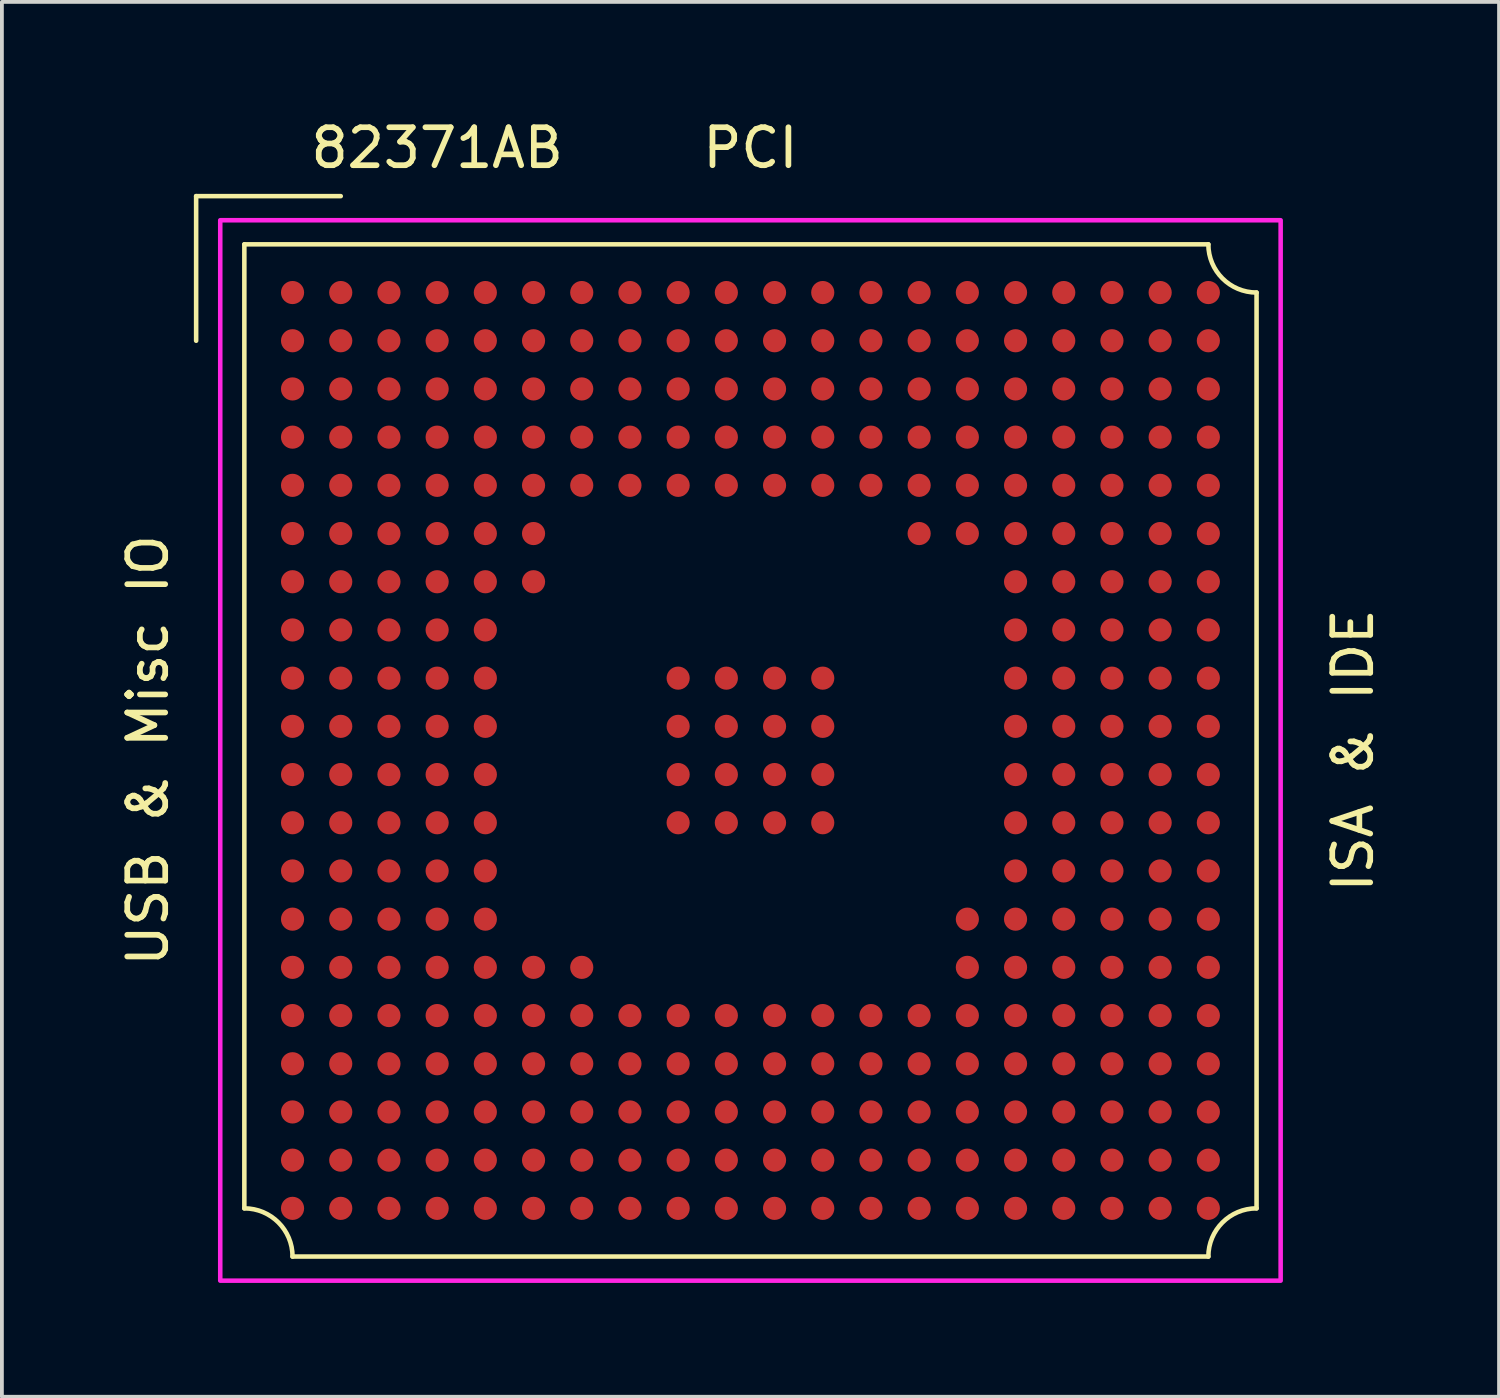
<source format=kicad_pcb>
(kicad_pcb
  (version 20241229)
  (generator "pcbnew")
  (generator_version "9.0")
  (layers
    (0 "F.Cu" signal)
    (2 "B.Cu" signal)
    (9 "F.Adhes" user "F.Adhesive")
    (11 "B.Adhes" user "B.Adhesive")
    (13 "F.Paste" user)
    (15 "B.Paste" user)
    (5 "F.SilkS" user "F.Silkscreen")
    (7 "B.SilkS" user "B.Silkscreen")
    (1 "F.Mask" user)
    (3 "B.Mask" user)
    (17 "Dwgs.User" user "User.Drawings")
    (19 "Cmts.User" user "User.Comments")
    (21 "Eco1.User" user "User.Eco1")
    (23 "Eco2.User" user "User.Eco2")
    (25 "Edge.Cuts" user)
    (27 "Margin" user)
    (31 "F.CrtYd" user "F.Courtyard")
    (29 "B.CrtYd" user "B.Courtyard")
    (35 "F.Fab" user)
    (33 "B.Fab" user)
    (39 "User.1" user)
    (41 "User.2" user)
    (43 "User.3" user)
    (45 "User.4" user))
  (footprint "82371AB"
    (layer "F.Cu")
    (at 4.658 4.658)
    (property "Reference" "82371AB" (at 3.81 -3.81 0) (unlocked yes) (layer "F.SilkS") (effects (font (size 1 1) (thickness 0.15))))
    (attr smd)
    (fp_line (start -2.54 -2.54) (end -2.54 1.27) (stroke (width 0.12) (type solid)) (layer "F.SilkS"))
    (fp_line (start -2.54 -2.54) (end 1.27 -2.54) (stroke (width 0.12) (type solid)) (layer "F.SilkS"))
    (fp_line (start -1.27 -1.27) (end -1.27 24.13) (stroke (width 0.12) (type solid)) (layer "F.SilkS"))
    (fp_line (start 0 25.4) (end 24.13 25.4) (stroke (width 0.12) (type solid)) (layer "F.SilkS"))
    (fp_line (start 24.13 -1.27) (end -1.27 -1.27) (stroke (width 0.12) (type solid)) (layer "F.SilkS"))
    (fp_line (start 25.4 24.13) (end 25.4 0) (stroke (width 0.12) (type solid)) (layer "F.SilkS"))
    (fp_arc (start -1.27 24.13) (mid -0.371974 24.501974) (end 0 25.4) (stroke (width 0.12) (type solid)) (layer "F.SilkS"))
    (fp_arc (start 24.13 25.4) (mid 24.501974 24.501974) (end 25.4 24.13) (stroke (width 0.12) (type solid)) (layer "F.SilkS"))
    (fp_arc (start 25.4 0) (mid 24.501974 -0.371974) (end 24.13 -1.27) (stroke (width 0.12) (type solid)) (layer "F.SilkS"))
    (fp_rect (start -1.905 -1.905) (end 26.035 26.035) (stroke (width 0.12) (type solid)) (fill no) (layer "F.CrtYd"))
    (fp_text user "PCI" (at 12.065 -3.81 0) (unlocked yes) (layer "F.SilkS") (effects (font (size 1 1) (thickness 0.15))))
    (fp_text user "ISA & IDE" (at 27.94 12.065 90) (unlocked yes) (layer "F.SilkS") (effects (font (size 1 1) (thickness 0.15))))
    (fp_text user "USB & Misc IO" (at -3.81 12.065 90) (unlocked yes) (layer "F.SilkS") (effects (font (size 1 1) (thickness 0.15))))
    (pad "A1" smd circle (at 0 0) (size 0.61 0.61) (layers "F.Cu" "F.Mask" "F.Paste"))
    (pad "A2" smd circle (at 1.27 0) (size 0.61 0.61) (layers "F.Cu" "F.Mask" "F.Paste"))
    (pad "A3" smd circle (at 2.54 0) (size 0.61 0.61) (layers "F.Cu" "F.Mask" "F.Paste"))
    (pad "A4" smd circle (at 3.81 0) (size 0.61 0.61) (layers "F.Cu" "F.Mask" "F.Paste"))
    (pad "A5" smd circle (at 5.08 0) (size 0.61 0.61) (layers "F.Cu" "F.Mask" "F.Paste"))
    (pad "A6" smd circle (at 6.35 0) (size 0.61 0.61) (layers "F.Cu" "F.Mask" "F.Paste"))
    (pad "A7" smd circle (at 7.62 0) (size 0.61 0.61) (layers "F.Cu" "F.Mask" "F.Paste"))
    (pad "A8" smd circle (at 8.89 0) (size 0.61 0.61) (layers "F.Cu" "F.Mask" "F.Paste"))
    (pad "A9" smd circle (at 10.16 0) (size 0.61 0.61) (layers "F.Cu" "F.Mask" "F.Paste"))
    (pad "A10" smd circle (at 11.43 0) (size 0.61 0.61) (layers "F.Cu" "F.Mask" "F.Paste"))
    (pad "A11" smd circle (at 12.7 0) (size 0.61 0.61) (layers "F.Cu" "F.Mask" "F.Paste"))
    (pad "A12" smd circle (at 13.97 0) (size 0.61 0.61) (layers "F.Cu" "F.Mask" "F.Paste"))
    (pad "A13" smd circle (at 15.24 0) (size 0.61 0.61) (layers "F.Cu" "F.Mask" "F.Paste"))
    (pad "A14" smd circle (at 16.51 0) (size 0.61 0.61) (layers "F.Cu" "F.Mask" "F.Paste"))
    (pad "A15" smd circle (at 17.78 0) (size 0.61 0.61) (layers "F.Cu" "F.Mask" "F.Paste"))
    (pad "A16" smd circle (at 19.05 0) (size 0.61 0.61) (layers "F.Cu" "F.Mask" "F.Paste"))
    (pad "A17" smd circle (at 20.32 0) (size 0.61 0.61) (layers "F.Cu" "F.Mask" "F.Paste"))
    (pad "A18" smd circle (at 21.59 0) (size 0.61 0.61) (layers "F.Cu" "F.Mask" "F.Paste"))
    (pad "A19" smd circle (at 22.86 0) (size 0.61 0.61) (layers "F.Cu" "F.Mask" "F.Paste"))
    (pad "A20" smd circle (at 24.13 0) (size 0.61 0.61) (layers "F.Cu" "F.Mask" "F.Paste"))
    (pad "B1" smd circle (at 0 1.27) (size 0.61 0.61) (layers "F.Cu" "F.Mask" "F.Paste"))
    (pad "B2" smd circle (at 1.27 1.27) (size 0.61 0.61) (layers "F.Cu" "F.Mask" "F.Paste"))
    (pad "B3" smd circle (at 2.54 1.27) (size 0.61 0.61) (layers "F.Cu" "F.Mask" "F.Paste"))
    (pad "B4" smd circle (at 3.81 1.27) (size 0.61 0.61) (layers "F.Cu" "F.Mask" "F.Paste"))
    (pad "B5" smd circle (at 5.08 1.27) (size 0.61 0.61) (layers "F.Cu" "F.Mask" "F.Paste"))
    (pad "B6" smd circle (at 6.35 1.27) (size 0.61 0.61) (layers "F.Cu" "F.Mask" "F.Paste"))
    (pad "B7" smd circle (at 7.62 1.27) (size 0.61 0.61) (layers "F.Cu" "F.Mask" "F.Paste"))
    (pad "B8" smd circle (at 8.89 1.27) (size 0.61 0.61) (layers "F.Cu" "F.Mask" "F.Paste"))
    (pad "B9" smd circle (at 10.16 1.27) (size 0.61 0.61) (layers "F.Cu" "F.Mask" "F.Paste"))
    (pad "B10" smd circle (at 11.43 1.27) (size 0.61 0.61) (layers "F.Cu" "F.Mask" "F.Paste"))
    (pad "B11" smd circle (at 12.7 1.27) (size 0.61 0.61) (layers "F.Cu" "F.Mask" "F.Paste"))
    (pad "B12" smd circle (at 13.97 1.27) (size 0.61 0.61) (layers "F.Cu" "F.Mask" "F.Paste"))
    (pad "B13" smd circle (at 15.24 1.27) (size 0.61 0.61) (layers "F.Cu" "F.Mask" "F.Paste"))
    (pad "B14" smd circle (at 16.51 1.27) (size 0.61 0.61) (layers "F.Cu" "F.Mask" "F.Paste"))
    (pad "B15" smd circle (at 17.78 1.27) (size 0.61 0.61) (layers "F.Cu" "F.Mask" "F.Paste"))
    (pad "B16" smd circle (at 19.05 1.27) (size 0.61 0.61) (layers "F.Cu" "F.Mask" "F.Paste"))
    (pad "B17" smd circle (at 20.32 1.27) (size 0.61 0.61) (layers "F.Cu" "F.Mask" "F.Paste"))
    (pad "B18" smd circle (at 21.59 1.27) (size 0.61 0.61) (layers "F.Cu" "F.Mask" "F.Paste"))
    (pad "B19" smd circle (at 22.86 1.27) (size 0.61 0.61) (layers "F.Cu" "F.Mask" "F.Paste"))
    (pad "B20" smd circle (at 24.13 1.27) (size 0.61 0.61) (layers "F.Cu" "F.Mask" "F.Paste"))
    (pad "C1" smd circle (at 0 2.54) (size 0.61 0.61) (layers "F.Cu" "F.Mask" "F.Paste"))
    (pad "C2" smd circle (at 1.27 2.54) (size 0.61 0.61) (layers "F.Cu" "F.Mask" "F.Paste"))
    (pad "C3" smd circle (at 2.54 2.54) (size 0.61 0.61) (layers "F.Cu" "F.Mask" "F.Paste"))
    (pad "C4" smd circle (at 3.81 2.54) (size 0.61 0.61) (layers "F.Cu" "F.Mask" "F.Paste"))
    (pad "C5" smd circle (at 5.08 2.54) (size 0.61 0.61) (layers "F.Cu" "F.Mask" "F.Paste"))
    (pad "C6" smd circle (at 6.35 2.54) (size 0.61 0.61) (layers "F.Cu" "F.Mask" "F.Paste"))
    (pad "C7" smd circle (at 7.62 2.54) (size 0.61 0.61) (layers "F.Cu" "F.Mask" "F.Paste"))
    (pad "C8" smd circle (at 8.89 2.54) (size 0.61 0.61) (layers "F.Cu" "F.Mask" "F.Paste"))
    (pad "C9" smd circle (at 10.16 2.54) (size 0.61 0.61) (layers "F.Cu" "F.Mask" "F.Paste"))
    (pad "C10" smd circle (at 11.43 2.54) (size 0.61 0.61) (layers "F.Cu" "F.Mask" "F.Paste"))
    (pad "C11" smd circle (at 12.7 2.54) (size 0.61 0.61) (layers "F.Cu" "F.Mask" "F.Paste"))
    (pad "C12" smd circle (at 13.97 2.54) (size 0.61 0.61) (layers "F.Cu" "F.Mask" "F.Paste"))
    (pad "C13" smd circle (at 15.24 2.54) (size 0.61 0.61) (layers "F.Cu" "F.Mask" "F.Paste"))
    (pad "C14" smd circle (at 16.51 2.54) (size 0.61 0.61) (layers "F.Cu" "F.Mask" "F.Paste"))
    (pad "C15" smd circle (at 17.78 2.54) (size 0.61 0.61) (layers "F.Cu" "F.Mask" "F.Paste"))
    (pad "C16" smd circle (at 19.05 2.54) (size 0.61 0.61) (layers "F.Cu" "F.Mask" "F.Paste"))
    (pad "C17" smd circle (at 20.32 2.54) (size 0.61 0.61) (layers "F.Cu" "F.Mask" "F.Paste"))
    (pad "C18" smd circle (at 21.59 2.54) (size 0.61 0.61) (layers "F.Cu" "F.Mask" "F.Paste"))
    (pad "C19" smd circle (at 22.86 2.54) (size 0.61 0.61) (layers "F.Cu" "F.Mask" "F.Paste"))
    (pad "C20" smd circle (at 24.13 2.54) (size 0.61 0.61) (layers "F.Cu" "F.Mask" "F.Paste"))
    (pad "D1" smd circle (at 0 3.81) (size 0.61 0.61) (layers "F.Cu" "F.Mask" "F.Paste"))
    (pad "D2" smd circle (at 1.27 3.81) (size 0.61 0.61) (layers "F.Cu" "F.Mask" "F.Paste"))
    (pad "D3" smd circle (at 2.54 3.81) (size 0.61 0.61) (layers "F.Cu" "F.Mask" "F.Paste"))
    (pad "D4" smd circle (at 3.81 3.81) (size 0.61 0.61) (layers "F.Cu" "F.Mask" "F.Paste"))
    (pad "D5" smd circle (at 5.08 3.81) (size 0.61 0.61) (layers "F.Cu" "F.Mask" "F.Paste"))
    (pad "D6" smd circle (at 6.35 3.81) (size 0.61 0.61) (layers "F.Cu" "F.Mask" "F.Paste"))
    (pad "D7" smd circle (at 7.62 3.81) (size 0.61 0.61) (layers "F.Cu" "F.Mask" "F.Paste"))
    (pad "D8" smd circle (at 8.89 3.81) (size 0.61 0.61) (layers "F.Cu" "F.Mask" "F.Paste"))
    (pad "D9" smd circle (at 10.16 3.81) (size 0.61 0.61) (layers "F.Cu" "F.Mask" "F.Paste"))
    (pad "D10" smd circle (at 11.43 3.81) (size 0.61 0.61) (layers "F.Cu" "F.Mask" "F.Paste"))
    (pad "D11" smd circle (at 12.7 3.81) (size 0.61 0.61) (layers "F.Cu" "F.Mask" "F.Paste"))
    (pad "D12" smd circle (at 13.97 3.81) (size 0.61 0.61) (layers "F.Cu" "F.Mask" "F.Paste"))
    (pad "D13" smd circle (at 15.24 3.81) (size 0.61 0.61) (layers "F.Cu" "F.Mask" "F.Paste"))
    (pad "D14" smd circle (at 16.51 3.81) (size 0.61 0.61) (layers "F.Cu" "F.Mask" "F.Paste"))
    (pad "D15" smd circle (at 17.78 3.81) (size 0.61 0.61) (layers "F.Cu" "F.Mask" "F.Paste"))
    (pad "D16" smd circle (at 19.05 3.81) (size 0.61 0.61) (layers "F.Cu" "F.Mask" "F.Paste"))
    (pad "D17" smd circle (at 20.32 3.81) (size 0.61 0.61) (layers "F.Cu" "F.Mask" "F.Paste"))
    (pad "D18" smd circle (at 21.59 3.81) (size 0.61 0.61) (layers "F.Cu" "F.Mask" "F.Paste"))
    (pad "D19" smd circle (at 22.86 3.81) (size 0.61 0.61) (layers "F.Cu" "F.Mask" "F.Paste"))
    (pad "D20" smd circle (at 24.13 3.81) (size 0.61 0.61) (layers "F.Cu" "F.Mask" "F.Paste"))
    (pad "E1" smd circle (at 0 5.08) (size 0.61 0.61) (layers "F.Cu" "F.Mask" "F.Paste"))
    (pad "E2" smd circle (at 1.27 5.08) (size 0.61 0.61) (layers "F.Cu" "F.Mask" "F.Paste"))
    (pad "E3" smd circle (at 2.54 5.08) (size 0.61 0.61) (layers "F.Cu" "F.Mask" "F.Paste"))
    (pad "E4" smd circle (at 3.81 5.08) (size 0.61 0.61) (layers "F.Cu" "F.Mask" "F.Paste"))
    (pad "E5" smd circle (at 5.08 5.08) (size 0.61 0.61) (layers "F.Cu" "F.Mask" "F.Paste"))
    (pad "E6" smd circle (at 6.35 5.08) (size 0.61 0.61) (layers "F.Cu" "F.Mask" "F.Paste"))
    (pad "E7" smd circle (at 7.62 5.08) (size 0.61 0.61) (layers "F.Cu" "F.Mask" "F.Paste"))
    (pad "E8" smd circle (at 8.89 5.08) (size 0.61 0.61) (layers "F.Cu" "F.Mask" "F.Paste"))
    (pad "E9" smd circle (at 10.16 5.08) (size 0.61 0.61) (layers "F.Cu" "F.Mask" "F.Paste"))
    (pad "E10" smd circle (at 11.43 5.08) (size 0.61 0.61) (layers "F.Cu" "F.Mask" "F.Paste"))
    (pad "E11" smd circle (at 12.7 5.08) (size 0.61 0.61) (layers "F.Cu" "F.Mask" "F.Paste"))
    (pad "E12" smd circle (at 13.97 5.08) (size 0.61 0.61) (layers "F.Cu" "F.Mask" "F.Paste"))
    (pad "E13" smd circle (at 15.24 5.08) (size 0.61 0.61) (layers "F.Cu" "F.Mask" "F.Paste"))
    (pad "E14" smd circle (at 16.51 5.08) (size 0.61 0.61) (layers "F.Cu" "F.Mask" "F.Paste"))
    (pad "E15" smd circle (at 17.78 5.08) (size 0.61 0.61) (layers "F.Cu" "F.Mask" "F.Paste"))
    (pad "E16" smd circle (at 19.05 5.08) (size 0.61 0.61) (layers "F.Cu" "F.Mask" "F.Paste"))
    (pad "E17" smd circle (at 20.32 5.08) (size 0.61 0.61) (layers "F.Cu" "F.Mask" "F.Paste"))
    (pad "E18" smd circle (at 21.59 5.08) (size 0.61 0.61) (layers "F.Cu" "F.Mask" "F.Paste"))
    (pad "E19" smd circle (at 22.86 5.08) (size 0.61 0.61) (layers "F.Cu" "F.Mask" "F.Paste"))
    (pad "E20" smd circle (at 24.13 5.08) (size 0.61 0.61) (layers "F.Cu" "F.Mask" "F.Paste"))
    (pad "F1" smd circle (at 0 6.35) (size 0.61 0.61) (layers "F.Cu" "F.Mask" "F.Paste"))
    (pad "F2" smd circle (at 1.27 6.35) (size 0.61 0.61) (layers "F.Cu" "F.Mask" "F.Paste"))
    (pad "F3" smd circle (at 2.54 6.35) (size 0.61 0.61) (layers "F.Cu" "F.Mask" "F.Paste"))
    (pad "F4" smd circle (at 3.81 6.35) (size 0.61 0.61) (layers "F.Cu" "F.Mask" "F.Paste"))
    (pad "F5" smd circle (at 5.08 6.35) (size 0.61 0.61) (layers "F.Cu" "F.Mask" "F.Paste"))
    (pad "F6" smd circle (at 6.35 6.35) (size 0.61 0.61) (layers "F.Cu" "F.Mask" "F.Paste"))
    (pad "F14" smd circle (at 16.51 6.35) (size 0.61 0.61) (layers "F.Cu" "F.Mask" "F.Paste"))
    (pad "F15" smd circle (at 17.78 6.35) (size 0.61 0.61) (layers "F.Cu" "F.Mask" "F.Paste"))
    (pad "F16" smd circle (at 19.05 6.35) (size 0.61 0.61) (layers "F.Cu" "F.Mask" "F.Paste"))
    (pad "F17" smd circle (at 20.32 6.35) (size 0.61 0.61) (layers "F.Cu" "F.Mask" "F.Paste"))
    (pad "F18" smd circle (at 21.59 6.35) (size 0.61 0.61) (layers "F.Cu" "F.Mask" "F.Paste"))
    (pad "F19" smd circle (at 22.86 6.35) (size 0.61 0.61) (layers "F.Cu" "F.Mask" "F.Paste"))
    (pad "F20" smd circle (at 24.13 6.35) (size 0.61 0.61) (layers "F.Cu" "F.Mask" "F.Paste"))
    (pad "G1" smd circle (at 0 7.62) (size 0.61 0.61) (layers "F.Cu" "F.Mask" "F.Paste"))
    (pad "G2" smd circle (at 1.27 7.62) (size 0.61 0.61) (layers "F.Cu" "F.Mask" "F.Paste"))
    (pad "G3" smd circle (at 2.54 7.62) (size 0.61 0.61) (layers "F.Cu" "F.Mask" "F.Paste"))
    (pad "G4" smd circle (at 3.81 7.62) (size 0.61 0.61) (layers "F.Cu" "F.Mask" "F.Paste"))
    (pad "G5" smd circle (at 5.08 7.62) (size 0.61 0.61) (layers "F.Cu" "F.Mask" "F.Paste"))
    (pad "G6" smd circle (at 6.35 7.62) (size 0.61 0.61) (layers "F.Cu" "F.Mask" "F.Paste"))
    (pad "G16" smd circle (at 19.05 7.62) (size 0.61 0.61) (layers "F.Cu" "F.Mask" "F.Paste"))
    (pad "G17" smd circle (at 20.32 7.62) (size 0.61 0.61) (layers "F.Cu" "F.Mask" "F.Paste"))
    (pad "G18" smd circle (at 21.59 7.62) (size 0.61 0.61) (layers "F.Cu" "F.Mask" "F.Paste"))
    (pad "G19" smd circle (at 22.86 7.62) (size 0.61 0.61) (layers "F.Cu" "F.Mask" "F.Paste"))
    (pad "G20" smd circle (at 24.13 7.62) (size 0.61 0.61) (layers "F.Cu" "F.Mask" "F.Paste"))
    (pad "H1" smd circle (at 0 8.89) (size 0.61 0.61) (layers "F.Cu" "F.Mask" "F.Paste"))
    (pad "H2" smd circle (at 1.27 8.89) (size 0.61 0.61) (layers "F.Cu" "F.Mask" "F.Paste"))
    (pad "H3" smd circle (at 2.54 8.89) (size 0.61 0.61) (layers "F.Cu" "F.Mask" "F.Paste"))
    (pad "H4" smd circle (at 3.81 8.89) (size 0.61 0.61) (layers "F.Cu" "F.Mask" "F.Paste"))
    (pad "H5" smd circle (at 5.08 8.89) (size 0.61 0.61) (layers "F.Cu" "F.Mask" "F.Paste"))
    (pad "H16" smd circle (at 19.05 8.89) (size 0.61 0.61) (layers "F.Cu" "F.Mask" "F.Paste"))
    (pad "H17" smd circle (at 20.32 8.89) (size 0.61 0.61) (layers "F.Cu" "F.Mask" "F.Paste"))
    (pad "H18" smd circle (at 21.59 8.89) (size 0.61 0.61) (layers "F.Cu" "F.Mask" "F.Paste"))
    (pad "H19" smd circle (at 22.86 8.89) (size 0.61 0.61) (layers "F.Cu" "F.Mask" "F.Paste"))
    (pad "H20" smd circle (at 24.13 8.89) (size 0.61 0.61) (layers "F.Cu" "F.Mask" "F.Paste"))
    (pad "J1" smd circle (at 0 10.16) (size 0.61 0.61) (layers "F.Cu" "F.Mask" "F.Paste"))
    (pad "J2" smd circle (at 1.27 10.16) (size 0.61 0.61) (layers "F.Cu" "F.Mask" "F.Paste"))
    (pad "J3" smd circle (at 2.54 10.16) (size 0.61 0.61) (layers "F.Cu" "F.Mask" "F.Paste"))
    (pad "J4" smd circle (at 3.81 10.16) (size 0.61 0.61) (layers "F.Cu" "F.Mask" "F.Paste"))
    (pad "J5" smd circle (at 5.08 10.16) (size 0.61 0.61) (layers "F.Cu" "F.Mask" "F.Paste"))
    (pad "J9" smd circle (at 10.16 10.16) (size 0.61 0.61) (layers "F.Cu" "F.Mask" "F.Paste"))
    (pad "J10" smd circle (at 11.43 10.16) (size 0.61 0.61) (layers "F.Cu" "F.Mask" "F.Paste"))
    (pad "J11" smd circle (at 12.7 10.16) (size 0.61 0.61) (layers "F.Cu" "F.Mask" "F.Paste"))
    (pad "J12" smd circle (at 13.97 10.16) (size 0.61 0.61) (layers "F.Cu" "F.Mask" "F.Paste"))
    (pad "J16" smd circle (at 19.05 10.16) (size 0.61 0.61) (layers "F.Cu" "F.Mask" "F.Paste"))
    (pad "J17" smd circle (at 20.32 10.16) (size 0.61 0.61) (layers "F.Cu" "F.Mask" "F.Paste"))
    (pad "J18" smd circle (at 21.59 10.16) (size 0.61 0.61) (layers "F.Cu" "F.Mask" "F.Paste"))
    (pad "J19" smd circle (at 22.86 10.16) (size 0.61 0.61) (layers "F.Cu" "F.Mask" "F.Paste"))
    (pad "J20" smd circle (at 24.13 10.16) (size 0.61 0.61) (layers "F.Cu" "F.Mask" "F.Paste"))
    (pad "K1" smd circle (at 0 11.43) (size 0.61 0.61) (layers "F.Cu" "F.Mask" "F.Paste"))
    (pad "K2" smd circle (at 1.27 11.43) (size 0.61 0.61) (layers "F.Cu" "F.Mask" "F.Paste"))
    (pad "K3" smd circle (at 2.54 11.43) (size 0.61 0.61) (layers "F.Cu" "F.Mask" "F.Paste"))
    (pad "K4" smd circle (at 3.81 11.43) (size 0.61 0.61) (layers "F.Cu" "F.Mask" "F.Paste"))
    (pad "K5" smd circle (at 5.08 11.43) (size 0.61 0.61) (layers "F.Cu" "F.Mask" "F.Paste"))
    (pad "K9" smd circle (at 10.16 11.43) (size 0.61 0.61) (layers "F.Cu" "F.Mask" "F.Paste"))
    (pad "K10" smd circle (at 11.43 11.43) (size 0.61 0.61) (layers "F.Cu" "F.Mask" "F.Paste"))
    (pad "K11" smd circle (at 12.7 11.43) (size 0.61 0.61) (layers "F.Cu" "F.Mask" "F.Paste"))
    (pad "K12" smd circle (at 13.97 11.43) (size 0.61 0.61) (layers "F.Cu" "F.Mask" "F.Paste"))
    (pad "K16" smd circle (at 19.05 11.43) (size 0.61 0.61) (layers "F.Cu" "F.Mask" "F.Paste"))
    (pad "K17" smd circle (at 20.32 11.43) (size 0.61 0.61) (layers "F.Cu" "F.Mask" "F.Paste"))
    (pad "K18" smd circle (at 21.59 11.43) (size 0.61 0.61) (layers "F.Cu" "F.Mask" "F.Paste"))
    (pad "K19" smd circle (at 22.86 11.43) (size 0.61 0.61) (layers "F.Cu" "F.Mask" "F.Paste"))
    (pad "K20" smd circle (at 24.13 11.43) (size 0.61 0.61) (layers "F.Cu" "F.Mask" "F.Paste"))
    (pad "L1" smd circle (at 0 12.7) (size 0.61 0.61) (layers "F.Cu" "F.Mask" "F.Paste"))
    (pad "L2" smd circle (at 1.27 12.7) (size 0.61 0.61) (layers "F.Cu" "F.Mask" "F.Paste"))
    (pad "L3" smd circle (at 2.54 12.7) (size 0.61 0.61) (layers "F.Cu" "F.Mask" "F.Paste"))
    (pad "L4" smd circle (at 3.81 12.7) (size 0.61 0.61) (layers "F.Cu" "F.Mask" "F.Paste"))
    (pad "L5" smd circle (at 5.08 12.7) (size 0.61 0.61) (layers "F.Cu" "F.Mask" "F.Paste"))
    (pad "L9" smd circle (at 10.16 12.7) (size 0.61 0.61) (layers "F.Cu" "F.Mask" "F.Paste"))
    (pad "L10" smd circle (at 11.43 12.7) (size 0.61 0.61) (layers "F.Cu" "F.Mask" "F.Paste"))
    (pad "L11" smd circle (at 12.7 12.7) (size 0.61 0.61) (layers "F.Cu" "F.Mask" "F.Paste"))
    (pad "L12" smd circle (at 13.97 12.7) (size 0.61 0.61) (layers "F.Cu" "F.Mask" "F.Paste"))
    (pad "L16" smd circle (at 19.05 12.7) (size 0.61 0.61) (layers "F.Cu" "F.Mask" "F.Paste"))
    (pad "L17" smd circle (at 20.32 12.7) (size 0.61 0.61) (layers "F.Cu" "F.Mask" "F.Paste"))
    (pad "L18" smd circle (at 21.59 12.7) (size 0.61 0.61) (layers "F.Cu" "F.Mask" "F.Paste"))
    (pad "L19" smd circle (at 22.86 12.7) (size 0.61 0.61) (layers "F.Cu" "F.Mask" "F.Paste"))
    (pad "L20" smd circle (at 24.13 12.7) (size 0.61 0.61) (layers "F.Cu" "F.Mask" "F.Paste"))
    (pad "M1" smd circle (at 0 13.97) (size 0.61 0.61) (layers "F.Cu" "F.Mask" "F.Paste"))
    (pad "M2" smd circle (at 1.27 13.97) (size 0.61 0.61) (layers "F.Cu" "F.Mask" "F.Paste"))
    (pad "M3" smd circle (at 2.54 13.97) (size 0.61 0.61) (layers "F.Cu" "F.Mask" "F.Paste"))
    (pad "M4" smd circle (at 3.81 13.97) (size 0.61 0.61) (layers "F.Cu" "F.Mask" "F.Paste"))
    (pad "M5" smd circle (at 5.08 13.97) (size 0.61 0.61) (layers "F.Cu" "F.Mask" "F.Paste"))
    (pad "M9" smd circle (at 10.16 13.97) (size 0.61 0.61) (layers "F.Cu" "F.Mask" "F.Paste"))
    (pad "M10" smd circle (at 11.43 13.97) (size 0.61 0.61) (layers "F.Cu" "F.Mask" "F.Paste"))
    (pad "M11" smd circle (at 12.7 13.97) (size 0.61 0.61) (layers "F.Cu" "F.Mask" "F.Paste"))
    (pad "M12" smd circle (at 13.97 13.97) (size 0.61 0.61) (layers "F.Cu" "F.Mask" "F.Paste"))
    (pad "M16" smd circle (at 19.05 13.97) (size 0.61 0.61) (layers "F.Cu" "F.Mask" "F.Paste"))
    (pad "M17" smd circle (at 20.32 13.97) (size 0.61 0.61) (layers "F.Cu" "F.Mask" "F.Paste"))
    (pad "M18" smd circle (at 21.59 13.97) (size 0.61 0.61) (layers "F.Cu" "F.Mask" "F.Paste"))
    (pad "M19" smd circle (at 22.86 13.97) (size 0.61 0.61) (layers "F.Cu" "F.Mask" "F.Paste"))
    (pad "M20" smd circle (at 24.13 13.97) (size 0.61 0.61) (layers "F.Cu" "F.Mask" "F.Paste"))
    (pad "N1" smd circle (at 0 15.24) (size 0.61 0.61) (layers "F.Cu" "F.Mask" "F.Paste"))
    (pad "N2" smd circle (at 1.27 15.24) (size 0.61 0.61) (layers "F.Cu" "F.Mask" "F.Paste"))
    (pad "N3" smd circle (at 2.54 15.24) (size 0.61 0.61) (layers "F.Cu" "F.Mask" "F.Paste"))
    (pad "N4" smd circle (at 3.81 15.24) (size 0.61 0.61) (layers "F.Cu" "F.Mask" "F.Paste"))
    (pad "N5" smd circle (at 5.08 15.24) (size 0.61 0.61) (layers "F.Cu" "F.Mask" "F.Paste"))
    (pad "N16" smd circle (at 19.05 15.24) (size 0.61 0.61) (layers "F.Cu" "F.Mask" "F.Paste"))
    (pad "N17" smd circle (at 20.32 15.24) (size 0.61 0.61) (layers "F.Cu" "F.Mask" "F.Paste"))
    (pad "N18" smd circle (at 21.59 15.24) (size 0.61 0.61) (layers "F.Cu" "F.Mask" "F.Paste"))
    (pad "N19" smd circle (at 22.86 15.24) (size 0.61 0.61) (layers "F.Cu" "F.Mask" "F.Paste"))
    (pad "N20" smd circle (at 24.13 15.24) (size 0.61 0.61) (layers "F.Cu" "F.Mask" "F.Paste"))
    (pad "P1" smd circle (at 0 16.51) (size 0.61 0.61) (layers "F.Cu" "F.Mask" "F.Paste"))
    (pad "P2" smd circle (at 1.27 16.51) (size 0.61 0.61) (layers "F.Cu" "F.Mask" "F.Paste"))
    (pad "P3" smd circle (at 2.54 16.51) (size 0.61 0.61) (layers "F.Cu" "F.Mask" "F.Paste"))
    (pad "P4" smd circle (at 3.81 16.51) (size 0.61 0.61) (layers "F.Cu" "F.Mask" "F.Paste"))
    (pad "P5" smd circle (at 5.08 16.51) (size 0.61 0.61) (layers "F.Cu" "F.Mask" "F.Paste"))
    (pad "P15" smd circle (at 17.78 16.51) (size 0.61 0.61) (layers "F.Cu" "F.Mask" "F.Paste"))
    (pad "P16" smd circle (at 19.05 16.51) (size 0.61 0.61) (layers "F.Cu" "F.Mask" "F.Paste"))
    (pad "P17" smd circle (at 20.32 16.51) (size 0.61 0.61) (layers "F.Cu" "F.Mask" "F.Paste"))
    (pad "P18" smd circle (at 21.59 16.51) (size 0.61 0.61) (layers "F.Cu" "F.Mask" "F.Paste"))
    (pad "P19" smd circle (at 22.86 16.51) (size 0.61 0.61) (layers "F.Cu" "F.Mask" "F.Paste"))
    (pad "P20" smd circle (at 24.13 16.51) (size 0.61 0.61) (layers "F.Cu" "F.Mask" "F.Paste"))
    (pad "R1" smd circle (at 0 17.78) (size 0.61 0.61) (layers "F.Cu" "F.Mask" "F.Paste"))
    (pad "R2" smd circle (at 1.27 17.78) (size 0.61 0.61) (layers "F.Cu" "F.Mask" "F.Paste"))
    (pad "R3" smd circle (at 2.54 17.78) (size 0.61 0.61) (layers "F.Cu" "F.Mask" "F.Paste"))
    (pad "R4" smd circle (at 3.81 17.78) (size 0.61 0.61) (layers "F.Cu" "F.Mask" "F.Paste"))
    (pad "R5" smd circle (at 5.08 17.78) (size 0.61 0.61) (layers "F.Cu" "F.Mask" "F.Paste"))
    (pad "R6" smd circle (at 6.35 17.78) (size 0.61 0.61) (layers "F.Cu" "F.Mask" "F.Paste"))
    (pad "R7" smd circle (at 7.62 17.78) (size 0.61 0.61) (layers "F.Cu" "F.Mask" "F.Paste"))
    (pad "R15" smd circle (at 17.78 17.78) (size 0.61 0.61) (layers "F.Cu" "F.Mask" "F.Paste"))
    (pad "R16" smd circle (at 19.05 17.78) (size 0.61 0.61) (layers "F.Cu" "F.Mask" "F.Paste"))
    (pad "R17" smd circle (at 20.32 17.78) (size 0.61 0.61) (layers "F.Cu" "F.Mask" "F.Paste"))
    (pad "R18" smd circle (at 21.59 17.78) (size 0.61 0.61) (layers "F.Cu" "F.Mask" "F.Paste"))
    (pad "R19" smd circle (at 22.86 17.78) (size 0.61 0.61) (layers "F.Cu" "F.Mask" "F.Paste"))
    (pad "R20" smd circle (at 24.13 17.78) (size 0.61 0.61) (layers "F.Cu" "F.Mask" "F.Paste"))
    (pad "T1" smd circle (at 0 19.05) (size 0.61 0.61) (layers "F.Cu" "F.Mask" "F.Paste"))
    (pad "T2" smd circle (at 1.27 19.05) (size 0.61 0.61) (layers "F.Cu" "F.Mask" "F.Paste"))
    (pad "T3" smd circle (at 2.54 19.05) (size 0.61 0.61) (layers "F.Cu" "F.Mask" "F.Paste"))
    (pad "T4" smd circle (at 3.81 19.05) (size 0.61 0.61) (layers "F.Cu" "F.Mask" "F.Paste"))
    (pad "T5" smd circle (at 5.08 19.05) (size 0.61 0.61) (layers "F.Cu" "F.Mask" "F.Paste"))
    (pad "T6" smd circle (at 6.35 19.05) (size 0.61 0.61) (layers "F.Cu" "F.Mask" "F.Paste"))
    (pad "T7" smd circle (at 7.62 19.05) (size 0.61 0.61) (layers "F.Cu" "F.Mask" "F.Paste"))
    (pad "T8" smd circle (at 8.89 19.05) (size 0.61 0.61) (layers "F.Cu" "F.Mask" "F.Paste"))
    (pad "T9" smd circle (at 10.16 19.05) (size 0.61 0.61) (layers "F.Cu" "F.Mask" "F.Paste"))
    (pad "T10" smd circle (at 11.43 19.05) (size 0.61 0.61) (layers "F.Cu" "F.Mask" "F.Paste"))
    (pad "T11" smd circle (at 12.7 19.05) (size 0.61 0.61) (layers "F.Cu" "F.Mask" "F.Paste"))
    (pad "T12" smd circle (at 13.97 19.05) (size 0.61 0.61) (layers "F.Cu" "F.Mask" "F.Paste"))
    (pad "T13" smd circle (at 15.24 19.05) (size 0.61 0.61) (layers "F.Cu" "F.Mask" "F.Paste"))
    (pad "T14" smd circle (at 16.51 19.05) (size 0.61 0.61) (layers "F.Cu" "F.Mask" "F.Paste"))
    (pad "T15" smd circle (at 17.78 19.05) (size 0.61 0.61) (layers "F.Cu" "F.Mask" "F.Paste"))
    (pad "T16" smd circle (at 19.05 19.05) (size 0.61 0.61) (layers "F.Cu" "F.Mask" "F.Paste"))
    (pad "T17" smd circle (at 20.32 19.05) (size 0.61 0.61) (layers "F.Cu" "F.Mask" "F.Paste"))
    (pad "T18" smd circle (at 21.59 19.05) (size 0.61 0.61) (layers "F.Cu" "F.Mask" "F.Paste"))
    (pad "T19" smd circle (at 22.86 19.05) (size 0.61 0.61) (layers "F.Cu" "F.Mask" "F.Paste"))
    (pad "T20" smd circle (at 24.13 19.05) (size 0.61 0.61) (layers "F.Cu" "F.Mask" "F.Paste"))
    (pad "U1" smd circle (at 0 20.32) (size 0.61 0.61) (layers "F.Cu" "F.Mask" "F.Paste"))
    (pad "U2" smd circle (at 1.27 20.32) (size 0.61 0.61) (layers "F.Cu" "F.Mask" "F.Paste"))
    (pad "U3" smd circle (at 2.54 20.32) (size 0.61 0.61) (layers "F.Cu" "F.Mask" "F.Paste"))
    (pad "U4" smd circle (at 3.81 20.32) (size 0.61 0.61) (layers "F.Cu" "F.Mask" "F.Paste"))
    (pad "U5" smd circle (at 5.08 20.32) (size 0.61 0.61) (layers "F.Cu" "F.Mask" "F.Paste"))
    (pad "U6" smd circle (at 6.35 20.32) (size 0.61 0.61) (layers "F.Cu" "F.Mask" "F.Paste"))
    (pad "U7" smd circle (at 7.62 20.32) (size 0.61 0.61) (layers "F.Cu" "F.Mask" "F.Paste"))
    (pad "U8" smd circle (at 8.89 20.32) (size 0.61 0.61) (layers "F.Cu" "F.Mask" "F.Paste"))
    (pad "U9" smd circle (at 10.16 20.32) (size 0.61 0.61) (layers "F.Cu" "F.Mask" "F.Paste"))
    (pad "U10" smd circle (at 11.43 20.32) (size 0.61 0.61) (layers "F.Cu" "F.Mask" "F.Paste"))
    (pad "U11" smd circle (at 12.7 20.32) (size 0.61 0.61) (layers "F.Cu" "F.Mask" "F.Paste"))
    (pad "U12" smd circle (at 13.97 20.32) (size 0.61 0.61) (layers "F.Cu" "F.Mask" "F.Paste"))
    (pad "U13" smd circle (at 15.24 20.32) (size 0.61 0.61) (layers "F.Cu" "F.Mask" "F.Paste"))
    (pad "U14" smd circle (at 16.51 20.32) (size 0.61 0.61) (layers "F.Cu" "F.Mask" "F.Paste"))
    (pad "U15" smd circle (at 17.78 20.32) (size 0.61 0.61) (layers "F.Cu" "F.Mask" "F.Paste"))
    (pad "U16" smd circle (at 19.05 20.32) (size 0.61 0.61) (layers "F.Cu" "F.Mask" "F.Paste"))
    (pad "U17" smd circle (at 20.32 20.32) (size 0.61 0.61) (layers "F.Cu" "F.Mask" "F.Paste"))
    (pad "U18" smd circle (at 21.59 20.32) (size 0.61 0.61) (layers "F.Cu" "F.Mask" "F.Paste"))
    (pad "U19" smd circle (at 22.86 20.32) (size 0.61 0.61) (layers "F.Cu" "F.Mask" "F.Paste"))
    (pad "U20" smd circle (at 24.13 20.32) (size 0.61 0.61) (layers "F.Cu" "F.Mask" "F.Paste"))
    (pad "V1" smd circle (at 0 21.59) (size 0.61 0.61) (layers "F.Cu" "F.Mask" "F.Paste"))
    (pad "V2" smd circle (at 1.27 21.59) (size 0.61 0.61) (layers "F.Cu" "F.Mask" "F.Paste"))
    (pad "V3" smd circle (at 2.54 21.59) (size 0.61 0.61) (layers "F.Cu" "F.Mask" "F.Paste"))
    (pad "V4" smd circle (at 3.81 21.59) (size 0.61 0.61) (layers "F.Cu" "F.Mask" "F.Paste"))
    (pad "V5" smd circle (at 5.08 21.59) (size 0.61 0.61) (layers "F.Cu" "F.Mask" "F.Paste"))
    (pad "V6" smd circle (at 6.35 21.59) (size 0.61 0.61) (layers "F.Cu" "F.Mask" "F.Paste"))
    (pad "V7" smd circle (at 7.62 21.59) (size 0.61 0.61) (layers "F.Cu" "F.Mask" "F.Paste"))
    (pad "V8" smd circle (at 8.89 21.59) (size 0.61 0.61) (layers "F.Cu" "F.Mask" "F.Paste"))
    (pad "V9" smd circle (at 10.16 21.59) (size 0.61 0.61) (layers "F.Cu" "F.Mask" "F.Paste"))
    (pad "V10" smd circle (at 11.43 21.59) (size 0.61 0.61) (layers "F.Cu" "F.Mask" "F.Paste"))
    (pad "V11" smd circle (at 12.7 21.59) (size 0.61 0.61) (layers "F.Cu" "F.Mask" "F.Paste"))
    (pad "V12" smd circle (at 13.97 21.59) (size 0.61 0.61) (layers "F.Cu" "F.Mask" "F.Paste"))
    (pad "V13" smd circle (at 15.24 21.59) (size 0.61 0.61) (layers "F.Cu" "F.Mask" "F.Paste"))
    (pad "V14" smd circle (at 16.51 21.59) (size 0.61 0.61) (layers "F.Cu" "F.Mask" "F.Paste"))
    (pad "V15" smd circle (at 17.78 21.59) (size 0.61 0.61) (layers "F.Cu" "F.Mask" "F.Paste"))
    (pad "V16" smd circle (at 19.05 21.59) (size 0.61 0.61) (layers "F.Cu" "F.Mask" "F.Paste"))
    (pad "V17" smd circle (at 20.32 21.59) (size 0.61 0.61) (layers "F.Cu" "F.Mask" "F.Paste"))
    (pad "V18" smd circle (at 21.59 21.59) (size 0.61 0.61) (layers "F.Cu" "F.Mask" "F.Paste"))
    (pad "V19" smd circle (at 22.86 21.59) (size 0.61 0.61) (layers "F.Cu" "F.Mask" "F.Paste"))
    (pad "V20" smd circle (at 24.13 21.59) (size 0.61 0.61) (layers "F.Cu" "F.Mask" "F.Paste"))
    (pad "W1" smd circle (at 0 22.86) (size 0.61 0.61) (layers "F.Cu" "F.Mask" "F.Paste"))
    (pad "W2" smd circle (at 1.27 22.86) (size 0.61 0.61) (layers "F.Cu" "F.Mask" "F.Paste"))
    (pad "W3" smd circle (at 2.54 22.86) (size 0.61 0.61) (layers "F.Cu" "F.Mask" "F.Paste"))
    (pad "W4" smd circle (at 3.81 22.86) (size 0.61 0.61) (layers "F.Cu" "F.Mask" "F.Paste"))
    (pad "W5" smd circle (at 5.08 22.86) (size 0.61 0.61) (layers "F.Cu" "F.Mask" "F.Paste"))
    (pad "W6" smd circle (at 6.35 22.86) (size 0.61 0.61) (layers "F.Cu" "F.Mask" "F.Paste"))
    (pad "W7" smd circle (at 7.62 22.86) (size 0.61 0.61) (layers "F.Cu" "F.Mask" "F.Paste"))
    (pad "W8" smd circle (at 8.89 22.86) (size 0.61 0.61) (layers "F.Cu" "F.Mask" "F.Paste"))
    (pad "W9" smd circle (at 10.16 22.86) (size 0.61 0.61) (layers "F.Cu" "F.Mask" "F.Paste"))
    (pad "W10" smd circle (at 11.43 22.86) (size 0.61 0.61) (layers "F.Cu" "F.Mask" "F.Paste"))
    (pad "W11" smd circle (at 12.7 22.86) (size 0.61 0.61) (layers "F.Cu" "F.Mask" "F.Paste"))
    (pad "W12" smd circle (at 13.97 22.86) (size 0.61 0.61) (layers "F.Cu" "F.Mask" "F.Paste"))
    (pad "W13" smd circle (at 15.24 22.86) (size 0.61 0.61) (layers "F.Cu" "F.Mask" "F.Paste"))
    (pad "W14" smd circle (at 16.51 22.86) (size 0.61 0.61) (layers "F.Cu" "F.Mask" "F.Paste"))
    (pad "W15" smd circle (at 17.78 22.86) (size 0.61 0.61) (layers "F.Cu" "F.Mask" "F.Paste"))
    (pad "W16" smd circle (at 19.05 22.86) (size 0.61 0.61) (layers "F.Cu" "F.Mask" "F.Paste"))
    (pad "W17" smd circle (at 20.32 22.86) (size 0.61 0.61) (layers "F.Cu" "F.Mask" "F.Paste"))
    (pad "W18" smd circle (at 21.59 22.86) (size 0.61 0.61) (layers "F.Cu" "F.Mask" "F.Paste"))
    (pad "W19" smd circle (at 22.86 22.86) (size 0.61 0.61) (layers "F.Cu" "F.Mask" "F.Paste"))
    (pad "W20" smd circle (at 24.13 22.86) (size 0.61 0.61) (layers "F.Cu" "F.Mask" "F.Paste"))
    (pad "Y1" smd circle (at 0 24.13) (size 0.61 0.61) (layers "F.Cu" "F.Mask" "F.Paste"))
    (pad "Y2" smd circle (at 1.27 24.13) (size 0.61 0.61) (layers "F.Cu" "F.Mask" "F.Paste"))
    (pad "Y3" smd circle (at 2.54 24.13) (size 0.61 0.61) (layers "F.Cu" "F.Mask" "F.Paste"))
    (pad "Y4" smd circle (at 3.81 24.13) (size 0.61 0.61) (layers "F.Cu" "F.Mask" "F.Paste"))
    (pad "Y5" smd circle (at 5.08 24.13) (size 0.61 0.61) (layers "F.Cu" "F.Mask" "F.Paste"))
    (pad "Y6" smd circle (at 6.35 24.13) (size 0.61 0.61) (layers "F.Cu" "F.Mask" "F.Paste"))
    (pad "Y7" smd circle (at 7.62 24.13) (size 0.61 0.61) (layers "F.Cu" "F.Mask" "F.Paste"))
    (pad "Y8" smd circle (at 8.89 24.13) (size 0.61 0.61) (layers "F.Cu" "F.Mask" "F.Paste"))
    (pad "Y9" smd circle (at 10.16 24.13) (size 0.61 0.61) (layers "F.Cu" "F.Mask" "F.Paste"))
    (pad "Y10" smd circle (at 11.43 24.13) (size 0.61 0.61) (layers "F.Cu" "F.Mask" "F.Paste"))
    (pad "Y11" smd circle (at 12.7 24.13) (size 0.61 0.61) (layers "F.Cu" "F.Mask" "F.Paste"))
    (pad "Y12" smd circle (at 13.97 24.13) (size 0.61 0.61) (layers "F.Cu" "F.Mask" "F.Paste"))
    (pad "Y13" smd circle (at 15.24 24.13) (size 0.61 0.61) (layers "F.Cu" "F.Mask" "F.Paste"))
    (pad "Y14" smd circle (at 16.51 24.13) (size 0.61 0.61) (layers "F.Cu" "F.Mask" "F.Paste"))
    (pad "Y15" smd circle (at 17.78 24.13) (size 0.61 0.61) (layers "F.Cu" "F.Mask" "F.Paste"))
    (pad "Y16" smd circle (at 19.05 24.13) (size 0.61 0.61) (layers "F.Cu" "F.Mask" "F.Paste"))
    (pad "Y17" smd circle (at 20.32 24.13) (size 0.61 0.61) (layers "F.Cu" "F.Mask" "F.Paste"))
    (pad "Y18" smd circle (at 21.59 24.13) (size 0.61 0.61) (layers "F.Cu" "F.Mask" "F.Paste"))
    (pad "Y19" smd circle (at 22.86 24.13) (size 0.61 0.61) (layers "F.Cu" "F.Mask" "F.Paste"))
    (pad "Y20" smd circle (at 24.13 24.13) (size 0.61 0.61) (layers "F.Cu" "F.Mask" "F.Paste")))
  (gr_rect
    (start -3 -3)
    (end 36.447 33.753)
    (stroke (width 0.1) (type default))
    (fill no)
    (layer "Edge.Cuts")))
</source>
